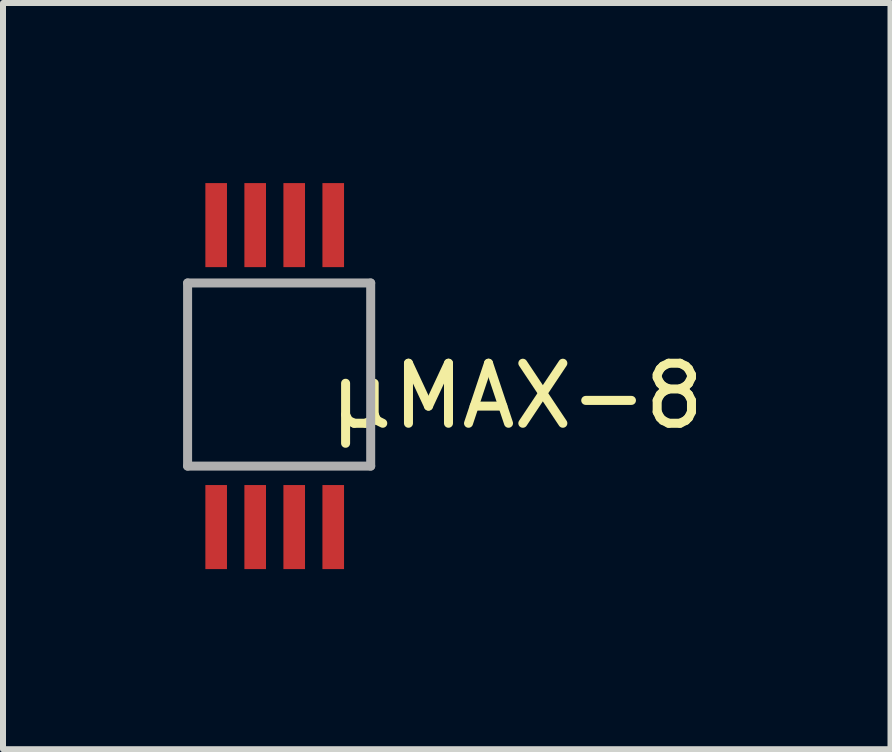
<source format=kicad_pcb>
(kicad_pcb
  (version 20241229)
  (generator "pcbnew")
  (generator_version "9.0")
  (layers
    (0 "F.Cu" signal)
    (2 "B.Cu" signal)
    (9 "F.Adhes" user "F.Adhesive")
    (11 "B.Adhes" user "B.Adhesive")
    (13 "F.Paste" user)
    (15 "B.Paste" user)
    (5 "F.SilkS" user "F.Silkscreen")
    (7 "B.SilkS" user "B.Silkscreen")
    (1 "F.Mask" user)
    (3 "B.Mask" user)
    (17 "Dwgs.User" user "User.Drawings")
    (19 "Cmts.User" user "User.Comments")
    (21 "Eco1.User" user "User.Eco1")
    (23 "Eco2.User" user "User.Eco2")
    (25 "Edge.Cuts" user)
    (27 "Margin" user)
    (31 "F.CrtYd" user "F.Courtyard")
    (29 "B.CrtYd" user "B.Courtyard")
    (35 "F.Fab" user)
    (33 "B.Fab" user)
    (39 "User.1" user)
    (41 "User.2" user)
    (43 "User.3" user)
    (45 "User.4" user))
  (footprint "µMAX-8"
    (layer "F.Cu")
    (at 1.576 3.241)
    (property "Reference" "µMAX-8" (at 3.988 0.305 0) (layer "F.SilkS") (effects (font (size 1 1) (thickness 0.15))))
    (attr through_hole)
    (fp_line (start -1.501 -1.577) (end 1.549 -1.577) (stroke (width 0.15) (type solid)) (layer "F.Fab"))
    (fp_line (start -1.501 1.473) (end -1.501 -1.577) (stroke (width 0.15) (type solid)) (layer "F.Fab"))
    (fp_line (start 1.549 -1.577) (end 1.549 1.473) (stroke (width 0.15) (type solid)) (layer "F.Fab"))
    (fp_line (start 1.549 1.473) (end -1.501 1.473) (stroke (width 0.15) (type solid)) (layer "F.Fab"))
    (pad "1" smd rect (at -1.025 2.489) (size 0.36 1.4) (layers "F.Cu" "F.Mask" "F.Paste"))
    (pad "2" smd rect (at -0.375 2.489) (size 0.36 1.4) (layers "F.Cu" "F.Mask" "F.Paste"))
    (pad "3" smd rect (at 0.275 2.489) (size 0.36 1.4) (layers "F.Cu" "F.Mask" "F.Paste"))
    (pad "4" smd rect (at 0.925 2.489) (size 0.36 1.4) (layers "F.Cu" "F.Mask" "F.Paste"))
    (pad "5" smd rect (at 0.925 -2.541) (size 0.36 1.4) (layers "F.Cu" "F.Mask" "F.Paste"))
    (pad "6" smd rect (at 0.275 -2.541) (size 0.36 1.4) (layers "F.Cu" "F.Mask" "F.Paste"))
    (pad "7" smd rect (at -0.375 -2.541) (size 0.36 1.4) (layers "F.Cu" "F.Mask" "F.Paste"))
    (pad "8" smd rect (at -1.025 -2.541) (size 0.36 1.4) (layers "F.Cu" "F.Mask" "F.Paste")))
  (gr_rect
    (start -3 -3)
    (end 11.784 9.43)
    (stroke (width 0.1) (type default))
    (fill no)
    (layer "Edge.Cuts")))
</source>
